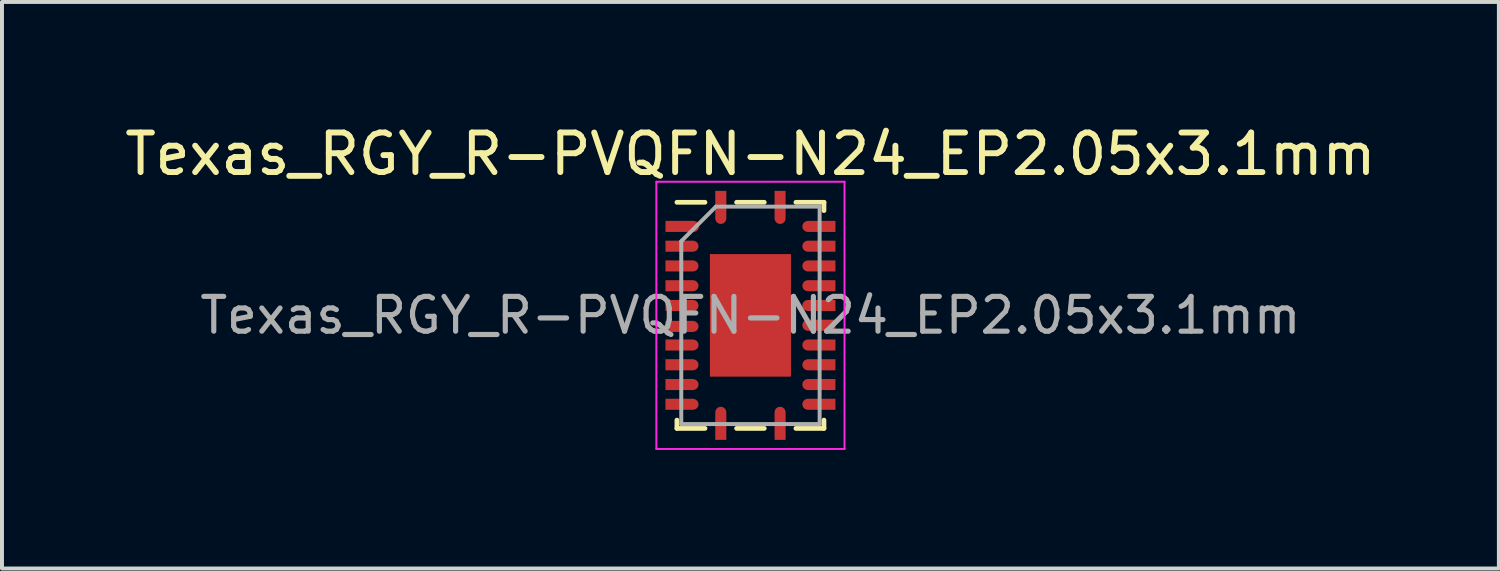
<source format=kicad_pcb>
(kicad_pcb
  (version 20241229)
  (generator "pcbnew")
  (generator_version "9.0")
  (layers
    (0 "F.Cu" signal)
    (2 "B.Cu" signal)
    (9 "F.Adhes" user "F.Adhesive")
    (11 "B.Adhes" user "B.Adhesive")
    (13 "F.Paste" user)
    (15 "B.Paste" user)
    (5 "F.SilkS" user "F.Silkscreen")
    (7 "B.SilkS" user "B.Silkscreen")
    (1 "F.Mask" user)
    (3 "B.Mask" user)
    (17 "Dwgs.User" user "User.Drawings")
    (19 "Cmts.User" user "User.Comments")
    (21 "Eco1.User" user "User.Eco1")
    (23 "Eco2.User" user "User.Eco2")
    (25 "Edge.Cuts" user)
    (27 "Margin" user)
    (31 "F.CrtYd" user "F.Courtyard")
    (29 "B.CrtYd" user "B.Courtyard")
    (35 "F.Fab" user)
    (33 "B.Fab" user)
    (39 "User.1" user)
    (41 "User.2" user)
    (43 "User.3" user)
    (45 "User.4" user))
  (footprint "Texas_RGY_R-PVQFN-N24_EP2.05x3.1mm"
    (layer "F.Cu")
    (at 15.935 4.928)
    (property "Reference" "Texas_RGY_R-PVQFN-N24_EP2.05x3.1mm" (at 0 -4.08 0) (layer "F.SilkS") (effects (font (size 1 1) (thickness 0.15))))
    (attr smd)
    (fp_line (start -1.86 2.86) (end -1.86 2.65) (stroke (width 0.12) (type solid)) (layer "F.SilkS"))
    (fp_line (start -1.15 -2.86) (end -1.86 -2.86) (stroke (width 0.12) (type solid)) (layer "F.SilkS"))
    (fp_line (start -1.15 2.86) (end -1.86 2.86) (stroke (width 0.12) (type solid)) (layer "F.SilkS"))
    (fp_line (start 0.35 -2.86) (end -0.35 -2.86) (stroke (width 0.12) (type solid)) (layer "F.SilkS"))
    (fp_line (start 0.35 2.86) (end -0.35 2.86) (stroke (width 0.12) (type solid)) (layer "F.SilkS"))
    (fp_line (start 1.15 -2.86) (end 1.86 -2.86) (stroke (width 0.12) (type solid)) (layer "F.SilkS"))
    (fp_line (start 1.15 2.86) (end 1.86 2.86) (stroke (width 0.12) (type solid)) (layer "F.SilkS"))
    (fp_line (start 1.86 -2.86) (end 1.86 -2.65) (stroke (width 0.12) (type solid)) (layer "F.SilkS"))
    (fp_line (start 1.86 2.86) (end 1.86 2.65) (stroke (width 0.12) (type solid)) (layer "F.SilkS"))
    (fp_line (start -2.38 -3.38) (end -2.38 3.38) (stroke (width 0.05) (type solid)) (layer "F.CrtYd"))
    (fp_line (start -2.38 3.38) (end 2.38 3.38) (stroke (width 0.05) (type solid)) (layer "F.CrtYd"))
    (fp_line (start 2.38 -3.38) (end -2.38 -3.38) (stroke (width 0.05) (type solid)) (layer "F.CrtYd"))
    (fp_line (start 2.38 3.38) (end 2.38 -3.38) (stroke (width 0.05) (type solid)) (layer "F.CrtYd"))
    (fp_line (start -1.75 -1.875) (end -0.875 -2.75) (stroke (width 0.1) (type solid)) (layer "F.Fab"))
    (fp_line (start -1.75 2.75) (end -1.75 -1.875) (stroke (width 0.1) (type solid)) (layer "F.Fab"))
    (fp_line (start -0.875 -2.75) (end 1.75 -2.75) (stroke (width 0.1) (type solid)) (layer "F.Fab"))
    (fp_line (start 1.75 -2.75) (end 1.75 2.75) (stroke (width 0.1) (type solid)) (layer "F.Fab"))
    (fp_line (start 1.75 2.75) (end -1.75 2.75) (stroke (width 0.1) (type solid)) (layer "F.Fab"))
    (fp_text user "${REFERENCE}" (at 0 0 0) (layer "F.Fab") (effects (font (size 0.88 0.88) (thickness 0.13))))
    (pad "" smd rect (at -0.56 -0.81) (size 0.82 1.32) (layers "F.Paste"))
    (pad "" smd rect (at -0.56 0.81) (size 0.82 1.32) (layers "F.Paste"))
    (pad "" smd rect (at 0.56 -0.81) (size 0.82 1.32) (layers "F.Paste"))
    (pad "" smd rect (at 0.56 0.81) (size 0.82 1.32) (layers "F.Paste"))
    (pad "1" smd custom (at -0.75 -2.795) (size 0.28 0.71) (layers "F.Cu" "F.Mask" "F.Paste") (options (anchor rect)) (primitives (gr_circle (center 0 0.343) (end 0.14 0.343) (width 0) (fill yes))))
    (pad "2" smd custom (at -1.795 -2.25) (size 0.71 0.28) (layers "F.Cu" "F.Mask" "F.Paste") (options (anchor rect)) (primitives (gr_circle (center 0.355 0) (end 0.495 0) (width 0) (fill yes))))
    (pad "3" smd custom (at -1.795 -1.75) (size 0.71 0.28) (layers "F.Cu" "F.Mask" "F.Paste") (options (anchor rect)) (primitives (gr_circle (center 0.343 0) (end 0.482 0) (width 0) (fill yes))))
    (pad "4" smd custom (at -1.795 -1.25) (size 0.71 0.28) (layers "F.Cu" "F.Mask" "F.Paste") (options (anchor rect)) (primitives (gr_circle (center 0.343 0) (end 0.482 0) (width 0) (fill yes))))
    (pad "5" smd custom (at -1.795 -0.75) (size 0.71 0.28) (layers "F.Cu" "F.Mask" "F.Paste") (options (anchor rect)) (primitives (gr_circle (center 0.343 0) (end 0.482 0) (width 0) (fill yes))))
    (pad "6" smd custom (at -1.795 -0.25) (size 0.71 0.28) (layers "F.Cu" "F.Mask" "F.Paste") (options (anchor rect)) (primitives (gr_circle (center 0.343 0) (end 0.482 0) (width 0) (fill yes))))
    (pad "7" smd custom (at -1.795 0.28) (size 0.71 0.28) (layers "F.Cu" "F.Mask" "F.Paste") (options (anchor rect)) (primitives (gr_circle (center 0.343 0) (end 0.482 0) (width 0) (fill yes))))
    (pad "8" smd custom (at -1.795 0.75) (size 0.71 0.28) (layers "F.Cu" "F.Mask" "F.Paste") (options (anchor rect)) (primitives (gr_circle (center 0.343 0) (end 0.482 0) (width 0) (fill yes))))
    (pad "9" smd custom (at -1.795 1.25) (size 0.71 0.28) (layers "F.Cu" "F.Mask" "F.Paste") (options (anchor rect)) (primitives (gr_circle (center 0.343 0) (end 0.482 0) (width 0) (fill yes))))
    (pad "10" smd custom (at -1.795 1.75) (size 0.71 0.28) (layers "F.Cu" "F.Mask" "F.Paste") (options (anchor rect)) (primitives (gr_circle (center 0.343 0) (end 0.482 0) (width 0) (fill yes))))
    (pad "11" smd custom (at -1.795 2.25) (size 0.71 0.28) (layers "F.Cu" "F.Mask" "F.Paste") (options (anchor rect)) (primitives (gr_circle (center 0.343 0) (end 0.482 0) (width 0) (fill yes))))
    (pad "12" smd custom (at -0.75 2.795) (size 0.28 0.71) (layers "F.Cu" "F.Mask" "F.Paste") (options (anchor rect)) (primitives (gr_circle (center 0 -0.343) (end 0.14 -0.343) (width 0) (fill yes))))
    (pad "13" smd custom (at 0.75 2.795) (size 0.28 0.71) (layers "F.Cu" "F.Mask" "F.Paste") (options (anchor rect)) (primitives (gr_circle (center 0 -0.343) (end 0.14 -0.343) (width 0) (fill yes))))
    (pad "14" smd custom (at 1.795 2.25) (size 0.71 0.28) (layers "F.Cu" "F.Mask" "F.Paste") (options (anchor rect)) (primitives (gr_circle (center -0.343 0) (end -0.203 0) (width 0) (fill yes))))
    (pad "15" smd custom (at 1.795 1.75) (size 0.71 0.28) (layers "F.Cu" "F.Mask" "F.Paste") (options (anchor rect)) (primitives (gr_circle (center -0.343 0) (end -0.203 0) (width 0) (fill yes))))
    (pad "16" smd custom (at 1.795 1.25) (size 0.71 0.28) (layers "F.Cu" "F.Mask" "F.Paste") (options (anchor rect)) (primitives (gr_circle (center -0.343 0) (end -0.203 0) (width 0) (fill yes))))
    (pad "17" smd custom (at 1.795 0.75) (size 0.71 0.28) (layers "F.Cu" "F.Mask" "F.Paste") (options (anchor rect)) (primitives (gr_circle (center -0.343 0) (end -0.203 0) (width 0) (fill yes))))
    (pad "18" smd custom (at 1.795 0.25) (size 0.71 0.28) (layers "F.Cu" "F.Mask" "F.Paste") (options (anchor rect)) (primitives (gr_circle (center -0.343 0) (end -0.203 0) (width 0) (fill yes))))
    (pad "19" smd custom (at 1.795 -0.25) (size 0.71 0.28) (layers "F.Cu" "F.Mask" "F.Paste") (options (anchor rect)) (primitives (gr_circle (center -0.343 0) (end -0.203 0) (width 0) (fill yes))))
    (pad "20" smd custom (at 1.795 -0.75) (size 0.71 0.28) (layers "F.Cu" "F.Mask" "F.Paste") (options (anchor rect)) (primitives (gr_circle (center -0.343 0) (end -0.203 0) (width 0) (fill yes))))
    (pad "21" smd custom (at 1.795 -1.25) (size 0.71 0.28) (layers "F.Cu" "F.Mask" "F.Paste") (options (anchor rect)) (primitives (gr_circle (center -0.343 0) (end -0.203 0) (width 0) (fill yes))))
    (pad "22" smd custom (at 1.795 -1.75) (size 0.71 0.28) (layers "F.Cu" "F.Mask" "F.Paste") (options (anchor rect)) (primitives (gr_circle (center -0.343 0) (end -0.203 0) (width 0) (fill yes))))
    (pad "23" smd custom (at 1.795 -2.25) (size 0.71 0.28) (layers "F.Cu" "F.Mask" "F.Paste") (options (anchor rect)) (primitives (gr_circle (center -0.343 0) (end -0.203 0) (width 0) (fill yes))))
    (pad "24" smd custom (at 0.75 -2.795) (size 0.28 0.71) (layers "F.Cu" "F.Mask" "F.Paste") (options (anchor rect)) (primitives (gr_circle (center 0 0.343) (end 0.14 0.343) (width 0) (fill yes))))
    (pad "25" smd rect (at 0 0) (size 2.05 3.1) (layers "F.Cu" "F.Mask")))
  (gr_rect
    (start -3 -3)
    (end 34.869 11.333)
    (stroke (width 0.1) (type default))
    (fill no)
    (layer "Edge.Cuts")))
</source>
